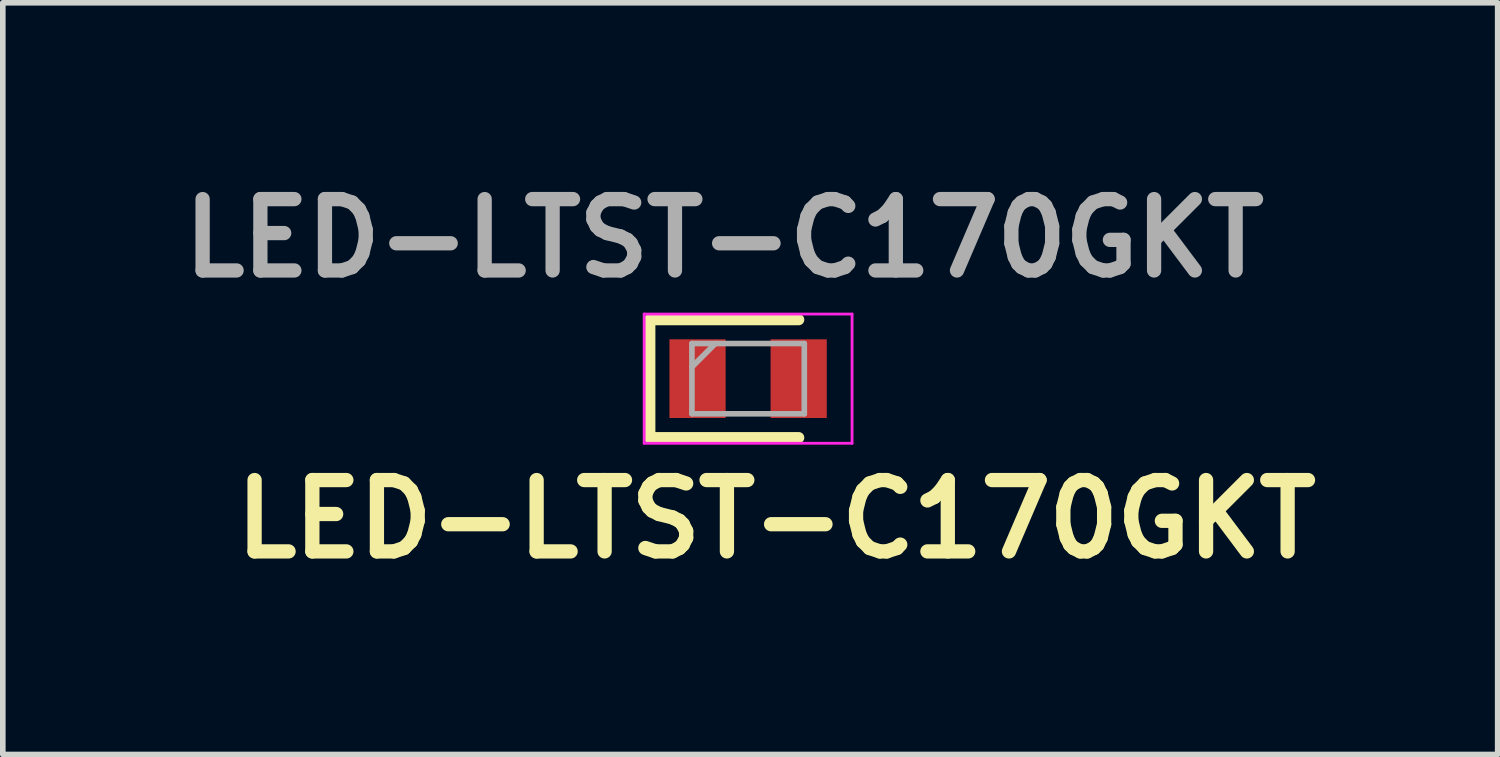
<source format=kicad_pcb>
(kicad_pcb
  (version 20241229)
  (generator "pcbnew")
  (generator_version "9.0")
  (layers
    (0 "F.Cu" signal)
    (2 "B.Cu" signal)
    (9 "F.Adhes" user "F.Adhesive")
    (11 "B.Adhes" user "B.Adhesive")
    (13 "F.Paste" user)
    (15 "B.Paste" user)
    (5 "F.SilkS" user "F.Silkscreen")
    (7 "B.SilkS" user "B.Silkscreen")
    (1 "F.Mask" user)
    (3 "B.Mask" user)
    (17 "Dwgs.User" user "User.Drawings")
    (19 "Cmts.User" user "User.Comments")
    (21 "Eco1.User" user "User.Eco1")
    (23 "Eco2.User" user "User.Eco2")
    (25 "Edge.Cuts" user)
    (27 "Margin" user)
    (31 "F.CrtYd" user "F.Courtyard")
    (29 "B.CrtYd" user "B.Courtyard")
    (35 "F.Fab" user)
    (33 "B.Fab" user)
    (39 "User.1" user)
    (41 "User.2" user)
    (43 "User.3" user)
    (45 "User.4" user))
  (footprint "LED-LTST-C170GKT"
    (layer "F.Cu")
    (at 10.264 3.689)
    (property "Reference" "LED-LTST-C170GKT" (at 0.5 2.5 0) (layer "F.SilkS") (effects (font (size 1.27 1.27) (thickness 0.254))))
    (attr smd)
    (fp_line (start -1.75 -1.05) (end -1.75 1.05) (stroke (width 0.2) (type solid)) (layer "F.SilkS"))
    (fp_line (start -1.75 1.05) (end 0.9 1.05) (stroke (width 0.2) (type solid)) (layer "F.SilkS"))
    (fp_line (start 0.9 -1.05) (end -1.75 -1.05) (stroke (width 0.2) (type solid)) (layer "F.SilkS"))
    (fp_line (start -1.85 -1.15) (end 1.85 -1.15) (stroke (width 0.05) (type solid)) (layer "F.CrtYd"))
    (fp_line (start -1.85 1.15) (end -1.85 -1.15) (stroke (width 0.05) (type solid)) (layer "F.CrtYd"))
    (fp_line (start 1.85 -1.15) (end 1.85 1.15) (stroke (width 0.05) (type solid)) (layer "F.CrtYd"))
    (fp_line (start 1.85 1.15) (end -1.85 1.15) (stroke (width 0.05) (type solid)) (layer "F.CrtYd"))
    (fp_line (start -1 -0.625) (end 1 -0.625) (stroke (width 0.1) (type solid)) (layer "F.Fab"))
    (fp_line (start -1 -0.208) (end -0.583 -0.625) (stroke (width 0.1) (type solid)) (layer "F.Fab"))
    (fp_line (start -1 0.625) (end -1 -0.625) (stroke (width 0.1) (type solid)) (layer "F.Fab"))
    (fp_line (start 1 -0.625) (end 1 0.625) (stroke (width 0.1) (type solid)) (layer "F.Fab"))
    (fp_line (start 1 0.625) (end -1 0.625) (stroke (width 0.1) (type solid)) (layer "F.Fab"))
    (fp_text user "${REFERENCE}" (at -0.425 -2.5 0) (layer "F.Fab") (effects (font (size 1.27 1.27) (thickness 0.254))))
    (pad "1" smd rect (at -0.9 0) (size 1 1.4) (layers "F.Cu" "F.Mask" "F.Paste"))
    (pad "2" smd rect (at 0.9 0) (size 1 1.4) (layers "F.Cu" "F.Mask" "F.Paste")))
  (gr_rect
    (start -3 -3)
    (end 23.604 10.377)
    (stroke (width 0.1) (type default))
    (fill no)
    (layer "Edge.Cuts")))
</source>
